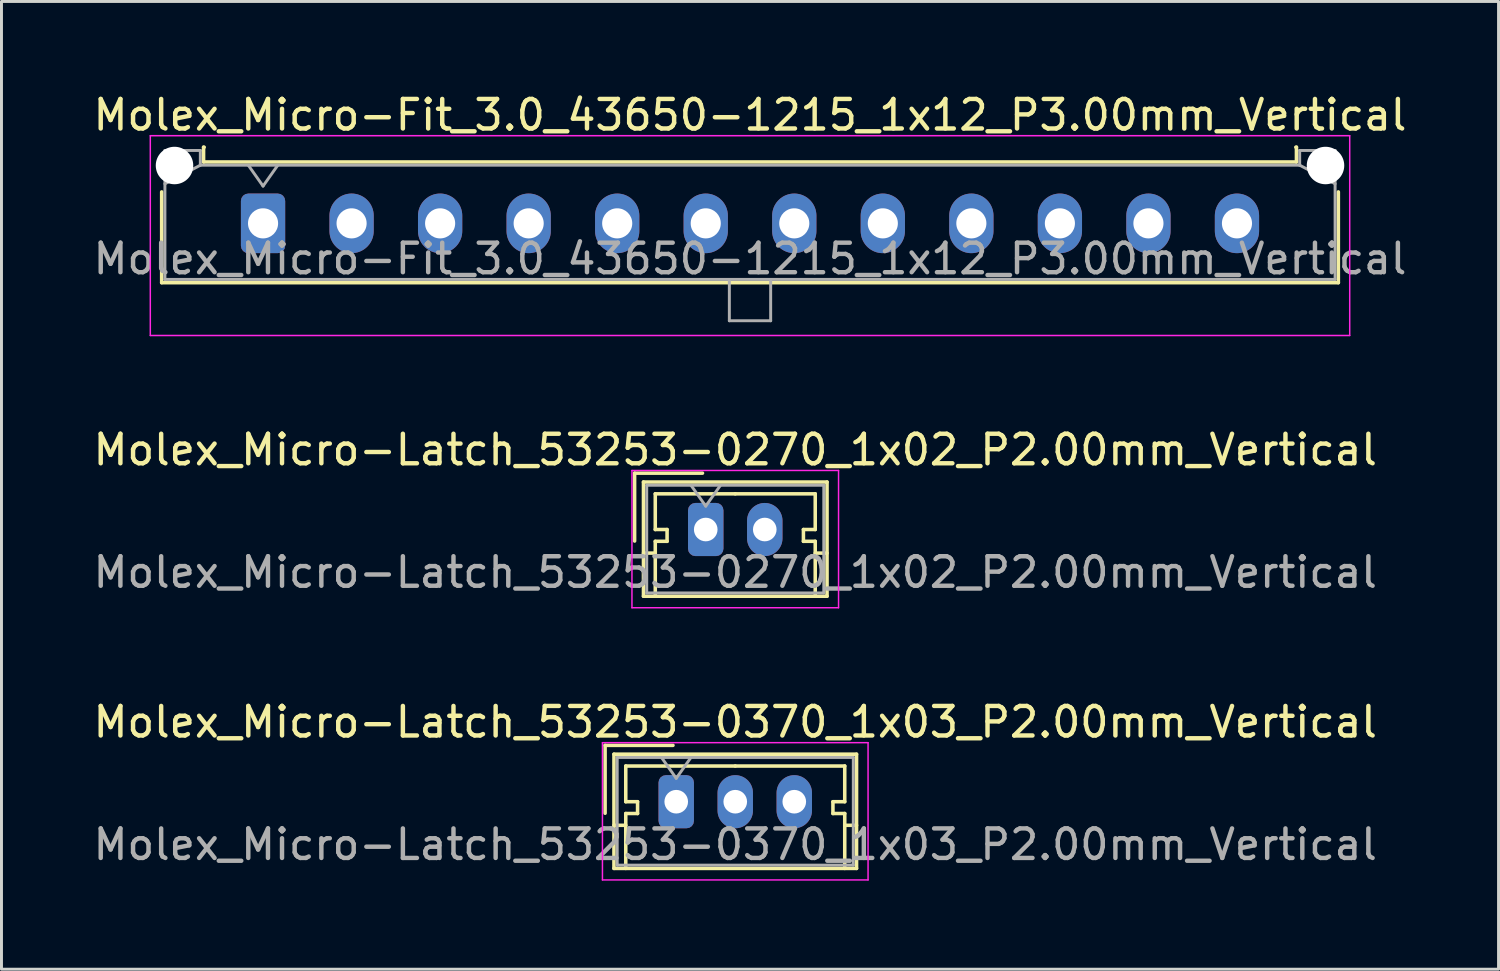
<source format=kicad_pcb>
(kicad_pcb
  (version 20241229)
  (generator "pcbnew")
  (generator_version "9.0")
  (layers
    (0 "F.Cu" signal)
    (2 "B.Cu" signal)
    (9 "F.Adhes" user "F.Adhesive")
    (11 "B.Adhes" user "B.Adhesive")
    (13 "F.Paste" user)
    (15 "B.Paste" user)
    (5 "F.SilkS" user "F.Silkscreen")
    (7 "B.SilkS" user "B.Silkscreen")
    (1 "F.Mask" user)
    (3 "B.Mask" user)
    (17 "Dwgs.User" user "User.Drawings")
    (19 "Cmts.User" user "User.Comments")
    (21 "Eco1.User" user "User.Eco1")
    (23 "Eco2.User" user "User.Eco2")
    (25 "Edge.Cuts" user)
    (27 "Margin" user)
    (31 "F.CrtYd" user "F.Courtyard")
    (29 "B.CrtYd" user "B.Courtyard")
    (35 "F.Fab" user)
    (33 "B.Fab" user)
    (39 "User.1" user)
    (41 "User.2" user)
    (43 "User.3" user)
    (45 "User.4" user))
  (footprint "Molex_Micro-Latch_53253-0370_1x03_P2.00mm_Vertical"
    (layer "F.Cu")
    (at 19.863 24.115)
    (property "Reference" "Molex_Micro-Latch_53253-0370_1x03_P2.00mm_Vertical" (at 2 -2.7 0) (layer "F.SilkS") (effects (font (size 1 1) (thickness 0.15))))
    (attr through_hole)
    (fp_line (start -2.41 -1.91) (end -2.41 0.39) (stroke (width 0.12) (type solid)) (layer "F.SilkS"))
    (fp_line (start -2.11 -1.61) (end -2.11 2.26) (stroke (width 0.12) (type solid)) (layer "F.SilkS"))
    (fp_line (start -2.11 0.8) (end -1.71 0.8) (stroke (width 0.12) (type solid)) (layer "F.SilkS"))
    (fp_line (start -2.11 2.26) (end 6.11 2.26) (stroke (width 0.12) (type solid)) (layer "F.SilkS"))
    (fp_line (start -1.71 -1.21) (end -1.71 0) (stroke (width 0.12) (type solid)) (layer "F.SilkS"))
    (fp_line (start -1.71 0) (end -1.31 0) (stroke (width 0.12) (type solid)) (layer "F.SilkS"))
    (fp_line (start -1.71 0.4) (end -1.71 2.26) (stroke (width 0.12) (type solid)) (layer "F.SilkS"))
    (fp_line (start -1.31 0) (end -1.31 0.4) (stroke (width 0.12) (type solid)) (layer "F.SilkS"))
    (fp_line (start -1.31 0.4) (end -1.71 0.4) (stroke (width 0.12) (type solid)) (layer "F.SilkS"))
    (fp_line (start -0.11 -1.91) (end -2.41 -1.91) (stroke (width 0.12) (type solid)) (layer "F.SilkS"))
    (fp_line (start 2 -1.21) (end -1.71 -1.21) (stroke (width 0.12) (type solid)) (layer "F.SilkS"))
    (fp_line (start 2 -1.21) (end 5.71 -1.21) (stroke (width 0.12) (type solid)) (layer "F.SilkS"))
    (fp_line (start 5.31 0) (end 5.31 0.4) (stroke (width 0.12) (type solid)) (layer "F.SilkS"))
    (fp_line (start 5.31 0.4) (end 5.71 0.4) (stroke (width 0.12) (type solid)) (layer "F.SilkS"))
    (fp_line (start 5.71 -1.21) (end 5.71 0) (stroke (width 0.12) (type solid)) (layer "F.SilkS"))
    (fp_line (start 5.71 0) (end 5.31 0) (stroke (width 0.12) (type solid)) (layer "F.SilkS"))
    (fp_line (start 5.71 0.4) (end 5.71 2.26) (stroke (width 0.12) (type solid)) (layer "F.SilkS"))
    (fp_line (start 6.11 -1.61) (end -2.11 -1.61) (stroke (width 0.12) (type solid)) (layer "F.SilkS"))
    (fp_line (start 6.11 0.8) (end 5.71 0.8) (stroke (width 0.12) (type solid)) (layer "F.SilkS"))
    (fp_line (start 6.11 2.26) (end 6.11 -1.61) (stroke (width 0.12) (type solid)) (layer "F.SilkS"))
    (fp_line (start -2.5 -2) (end -2.5 2.65) (stroke (width 0.05) (type solid)) (layer "F.CrtYd"))
    (fp_line (start -2.5 2.65) (end 6.5 2.65) (stroke (width 0.05) (type solid)) (layer "F.CrtYd"))
    (fp_line (start 6.5 -2) (end -2.5 -2) (stroke (width 0.05) (type solid)) (layer "F.CrtYd"))
    (fp_line (start 6.5 2.65) (end 6.5 -2) (stroke (width 0.05) (type solid)) (layer "F.CrtYd"))
    (fp_line (start -2 -1.5) (end -2 2.15) (stroke (width 0.1) (type solid)) (layer "F.Fab"))
    (fp_line (start -2 2.15) (end 6 2.15) (stroke (width 0.1) (type solid)) (layer "F.Fab"))
    (fp_line (start -0.5 -1.5) (end 0 -0.793) (stroke (width 0.1) (type solid)) (layer "F.Fab"))
    (fp_line (start 0 -0.793) (end 0.5 -1.5) (stroke (width 0.1) (type solid)) (layer "F.Fab"))
    (fp_line (start 6 -1.5) (end -2 -1.5) (stroke (width 0.1) (type solid)) (layer "F.Fab"))
    (fp_line (start 6 2.15) (end 6 -1.5) (stroke (width 0.1) (type solid)) (layer "F.Fab"))
    (fp_text user "${REFERENCE}" (at 2 1.45 0) (layer "F.Fab") (effects (font (size 1 1) (thickness 0.15))))
    (pad "1" thru_hole roundrect (at 0 0) (size 1.2 1.8) (drill 0.8) (layers "*.Cu" "*.Mask") (roundrect_rratio 0.208))
    (pad "2" thru_hole oval (at 2 0) (size 1.2 1.8) (drill 0.8) (layers "*.Cu" "*.Mask"))
    (pad "3" thru_hole oval (at 4 0) (size 1.2 1.8) (drill 0.8) (layers "*.Cu" "*.Mask")))
  (footprint "Molex_Micro-Latch_53253-0270_1x02_P2.00mm_Vertical"
    (layer "F.Cu")
    (at 20.863 14.892)
    (property "Reference" "Molex_Micro-Latch_53253-0270_1x02_P2.00mm_Vertical" (at 1 -2.7 0) (layer "F.SilkS") (effects (font (size 1 1) (thickness 0.15))))
    (attr through_hole)
    (fp_line (start -2.41 -1.91) (end -2.41 0.39) (stroke (width 0.12) (type solid)) (layer "F.SilkS"))
    (fp_line (start -2.11 -1.61) (end -2.11 2.26) (stroke (width 0.12) (type solid)) (layer "F.SilkS"))
    (fp_line (start -2.11 0.8) (end -1.71 0.8) (stroke (width 0.12) (type solid)) (layer "F.SilkS"))
    (fp_line (start -2.11 2.26) (end 4.11 2.26) (stroke (width 0.12) (type solid)) (layer "F.SilkS"))
    (fp_line (start -1.71 -1.21) (end -1.71 0) (stroke (width 0.12) (type solid)) (layer "F.SilkS"))
    (fp_line (start -1.71 0) (end -1.31 0) (stroke (width 0.12) (type solid)) (layer "F.SilkS"))
    (fp_line (start -1.71 0.4) (end -1.71 2.26) (stroke (width 0.12) (type solid)) (layer "F.SilkS"))
    (fp_line (start -1.31 0) (end -1.31 0.4) (stroke (width 0.12) (type solid)) (layer "F.SilkS"))
    (fp_line (start -1.31 0.4) (end -1.71 0.4) (stroke (width 0.12) (type solid)) (layer "F.SilkS"))
    (fp_line (start -0.11 -1.91) (end -2.41 -1.91) (stroke (width 0.12) (type solid)) (layer "F.SilkS"))
    (fp_line (start 1 -1.21) (end -1.71 -1.21) (stroke (width 0.12) (type solid)) (layer "F.SilkS"))
    (fp_line (start 1 -1.21) (end 3.71 -1.21) (stroke (width 0.12) (type solid)) (layer "F.SilkS"))
    (fp_line (start 3.31 0) (end 3.31 0.4) (stroke (width 0.12) (type solid)) (layer "F.SilkS"))
    (fp_line (start 3.31 0.4) (end 3.71 0.4) (stroke (width 0.12) (type solid)) (layer "F.SilkS"))
    (fp_line (start 3.71 -1.21) (end 3.71 0) (stroke (width 0.12) (type solid)) (layer "F.SilkS"))
    (fp_line (start 3.71 0) (end 3.31 0) (stroke (width 0.12) (type solid)) (layer "F.SilkS"))
    (fp_line (start 3.71 0.4) (end 3.71 2.26) (stroke (width 0.12) (type solid)) (layer "F.SilkS"))
    (fp_line (start 4.11 -1.61) (end -2.11 -1.61) (stroke (width 0.12) (type solid)) (layer "F.SilkS"))
    (fp_line (start 4.11 0.8) (end 3.71 0.8) (stroke (width 0.12) (type solid)) (layer "F.SilkS"))
    (fp_line (start 4.11 2.26) (end 4.11 -1.61) (stroke (width 0.12) (type solid)) (layer "F.SilkS"))
    (fp_line (start -2.5 -2) (end -2.5 2.65) (stroke (width 0.05) (type solid)) (layer "F.CrtYd"))
    (fp_line (start -2.5 2.65) (end 4.5 2.65) (stroke (width 0.05) (type solid)) (layer "F.CrtYd"))
    (fp_line (start 4.5 -2) (end -2.5 -2) (stroke (width 0.05) (type solid)) (layer "F.CrtYd"))
    (fp_line (start 4.5 2.65) (end 4.5 -2) (stroke (width 0.05) (type solid)) (layer "F.CrtYd"))
    (fp_line (start -2 -1.5) (end -2 2.15) (stroke (width 0.1) (type solid)) (layer "F.Fab"))
    (fp_line (start -2 2.15) (end 4 2.15) (stroke (width 0.1) (type solid)) (layer "F.Fab"))
    (fp_line (start -0.5 -1.5) (end 0 -0.793) (stroke (width 0.1) (type solid)) (layer "F.Fab"))
    (fp_line (start 0 -0.793) (end 0.5 -1.5) (stroke (width 0.1) (type solid)) (layer "F.Fab"))
    (fp_line (start 4 -1.5) (end -2 -1.5) (stroke (width 0.1) (type solid)) (layer "F.Fab"))
    (fp_line (start 4 2.15) (end 4 -1.5) (stroke (width 0.1) (type solid)) (layer "F.Fab"))
    (fp_text user "${REFERENCE}" (at 1 1.45 0) (layer "F.Fab") (effects (font (size 1 1) (thickness 0.15))))
    (pad "1" thru_hole roundrect (at 0 0) (size 1.2 1.8) (drill 0.8) (layers "*.Cu" "*.Mask") (roundrect_rratio 0.208))
    (pad "2" thru_hole oval (at 2 0) (size 1.2 1.8) (drill 0.8) (layers "*.Cu" "*.Mask")))
  (footprint "Molex_Micro-Fit_3.0_43650-1215_1x12_P3.00mm_Vertical"
    (layer "F.Cu")
    (at 5.863 4.518)
    (property "Reference" "Molex_Micro-Fit_3.0_43650-1215_1x12_P3.00mm_Vertical" (at 16.5 -3.67 0) (layer "F.SilkS") (effects (font (size 1 1) (thickness 0.15))))
    (attr through_hole)
    (fp_line (start -3.435 -1.065) (end -3.435 2.01) (stroke (width 0.12) (type solid)) (layer "F.SilkS"))
    (fp_line (start -3.435 2.01) (end 36.435 2.01) (stroke (width 0.12) (type solid)) (layer "F.SilkS"))
    (fp_line (start -2.015 -2.58) (end -2.015 -2.08) (stroke (width 0.12) (type solid)) (layer "F.SilkS"))
    (fp_line (start -2.015 -2.08) (end 35.015 -2.08) (stroke (width 0.12) (type solid)) (layer "F.SilkS"))
    (fp_line (start -1.995 -2.58) (end -2.015 -2.58) (stroke (width 0.12) (type solid)) (layer "F.SilkS"))
    (fp_line (start 35.015 -2.58) (end 34.995 -2.58) (stroke (width 0.12) (type solid)) (layer "F.SilkS"))
    (fp_line (start 35.015 -2.08) (end 35.015 -2.58) (stroke (width 0.12) (type solid)) (layer "F.SilkS"))
    (fp_line (start 36.435 2.01) (end 36.435 -1.065) (stroke (width 0.12) (type solid)) (layer "F.SilkS"))
    (fp_line (start -3.82 -2.97) (end 36.82 -2.97) (stroke (width 0.05) (type solid)) (layer "F.CrtYd"))
    (fp_line (start -3.82 3.8) (end -3.82 -2.97) (stroke (width 0.05) (type solid)) (layer "F.CrtYd"))
    (fp_line (start 36.82 -2.97) (end 36.82 3.8) (stroke (width 0.05) (type solid)) (layer "F.CrtYd"))
    (fp_line (start 36.82 3.8) (end -3.82 3.8) (stroke (width 0.05) (type solid)) (layer "F.CrtYd"))
    (fp_line (start -3.325 -2.47) (end -3.325 1.9) (stroke (width 0.1) (type solid)) (layer "F.Fab"))
    (fp_line (start -3.325 -1.34) (end -2.125 -1.97) (stroke (width 0.1) (type solid)) (layer "F.Fab"))
    (fp_line (start -3.325 1.9) (end 36.325 1.9) (stroke (width 0.1) (type solid)) (layer "F.Fab"))
    (fp_line (start -2.125 -2.47) (end -3.325 -2.47) (stroke (width 0.1) (type solid)) (layer "F.Fab"))
    (fp_line (start -2.125 -1.97) (end -2.125 -2.47) (stroke (width 0.1) (type solid)) (layer "F.Fab"))
    (fp_line (start -0.5 -1.97) (end 0 -1.263) (stroke (width 0.1) (type solid)) (layer "F.Fab"))
    (fp_line (start 0 -1.263) (end 0.5 -1.97) (stroke (width 0.1) (type solid)) (layer "F.Fab"))
    (fp_line (start 15.8 1.9) (end 15.8 3.3) (stroke (width 0.1) (type solid)) (layer "F.Fab"))
    (fp_line (start 15.8 3.3) (end 17.2 3.3) (stroke (width 0.1) (type solid)) (layer "F.Fab"))
    (fp_line (start 17.2 3.3) (end 17.2 1.9) (stroke (width 0.1) (type solid)) (layer "F.Fab"))
    (fp_line (start 35.125 -2.47) (end 35.125 -1.97) (stroke (width 0.1) (type solid)) (layer "F.Fab"))
    (fp_line (start 35.125 -1.97) (end -2.125 -1.97) (stroke (width 0.1) (type solid)) (layer "F.Fab"))
    (fp_line (start 36.325 -2.47) (end 35.125 -2.47) (stroke (width 0.1) (type solid)) (layer "F.Fab"))
    (fp_line (start 36.325 -1.34) (end 35.125 -1.97) (stroke (width 0.1) (type solid)) (layer "F.Fab"))
    (fp_line (start 36.325 1.9) (end 36.325 -2.47) (stroke (width 0.1) (type solid)) (layer "F.Fab"))
    (fp_text user "${REFERENCE}" (at 16.5 1.2 0) (layer "F.Fab") (effects (font (size 1 1) (thickness 0.15))))
    (pad "" np_thru_hole circle (at -3 -1.96) (size 1.27 1.27) (drill 1.27) (layers "*.Cu" "*.Mask"))
    (pad "" np_thru_hole circle (at 36 -1.96) (size 1.27 1.27) (drill 1.27) (layers "*.Cu" "*.Mask"))
    (pad "1" thru_hole roundrect (at 0 0) (size 1.5 2.02) (drill 1.02) (layers "*.Cu" "*.Mask") (roundrect_rratio 0.167))
    (pad "2" thru_hole oval (at 3 0) (size 1.5 2.02) (drill 1.02) (layers "*.Cu" "*.Mask"))
    (pad "3" thru_hole oval (at 6 0) (size 1.5 2.02) (drill 1.02) (layers "*.Cu" "*.Mask"))
    (pad "4" thru_hole oval (at 9 0) (size 1.5 2.02) (drill 1.02) (layers "*.Cu" "*.Mask"))
    (pad "5" thru_hole oval (at 12 0) (size 1.5 2.02) (drill 1.02) (layers "*.Cu" "*.Mask"))
    (pad "6" thru_hole oval (at 15 0) (size 1.5 2.02) (drill 1.02) (layers "*.Cu" "*.Mask"))
    (pad "7" thru_hole oval (at 18 0) (size 1.5 2.02) (drill 1.02) (layers "*.Cu" "*.Mask"))
    (pad "8" thru_hole oval (at 21 0) (size 1.5 2.02) (drill 1.02) (layers "*.Cu" "*.Mask"))
    (pad "9" thru_hole oval (at 24 0) (size 1.5 2.02) (drill 1.02) (layers "*.Cu" "*.Mask"))
    (pad "10" thru_hole oval (at 27 0) (size 1.5 2.02) (drill 1.02) (layers "*.Cu" "*.Mask"))
    (pad "11" thru_hole oval (at 30 0) (size 1.5 2.02) (drill 1.02) (layers "*.Cu" "*.Mask"))
    (pad "12" thru_hole oval (at 33 0) (size 1.5 2.02) (drill 1.02) (layers "*.Cu" "*.Mask")))
  (gr_rect
    (start -3 -3)
    (end 47.726 29.79)
    (stroke (width 0.1) (type default))
    (fill no)
    (layer "Edge.Cuts")))
</source>
